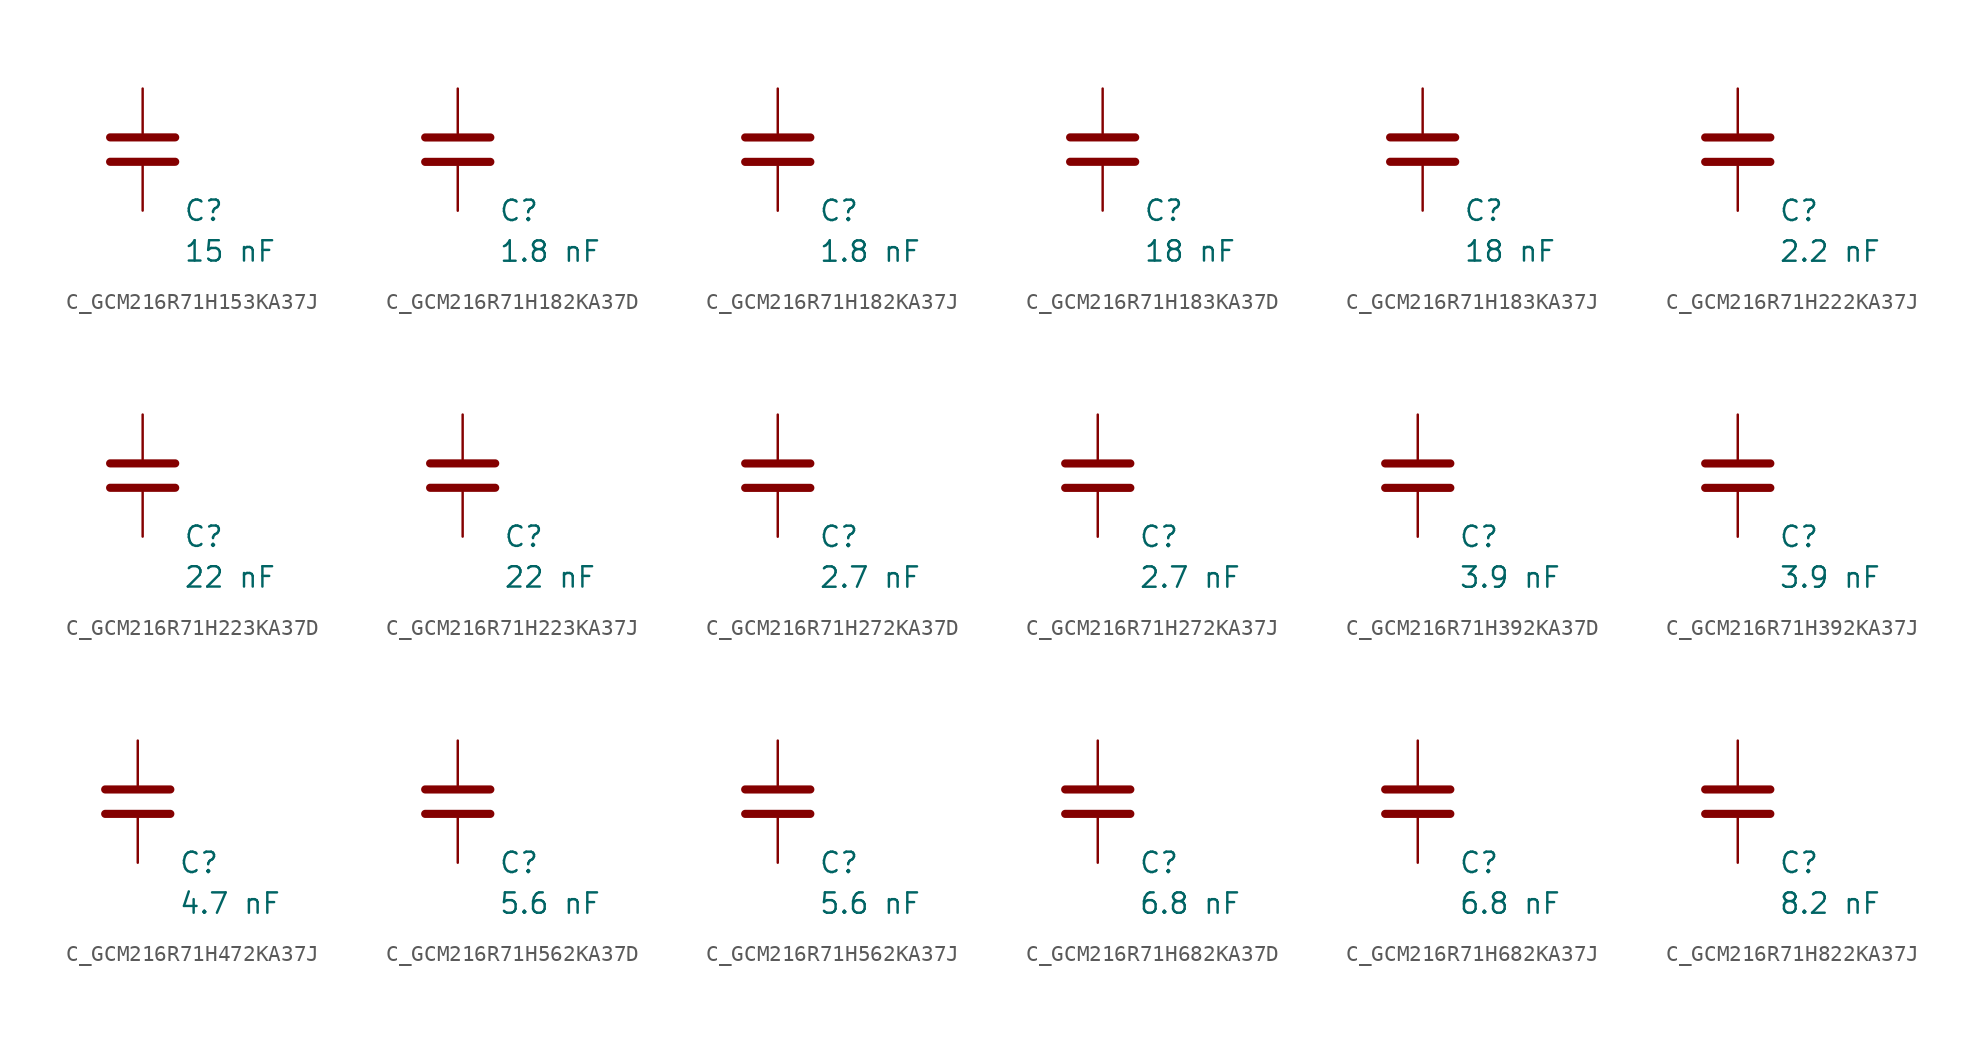
<source format=kicad_sym>
(kicad_symbol_lib
  (version 20231120)
  (generator "kicad_symbol_editor")
  (generator_version "8.0")
  (symbol "C_GCM216R71H153KA37J"
    (pin_numbers hide)
    (pin_names
      (offset 0.254))
    (property "Reference" "C"
      (at 2.54 -3.81 0)
      (effects (font (size 1.27 1.27)) (justify left))
      (show_name no))
    (property "Value" "15 nF"
      (at 2.54 -6.35 0)
      (effects (font (size 1.27 1.27)) (justify left))
      (show_name no))
    (symbol "C_GCM216R71H153KA37J_0_1"
      (polyline (pts (xy -2.032 -0.762) (xy 2.032 -0.762)) (stroke (width 0.508) (type default)) (fill (type none)))
      (polyline (pts (xy -2.032 0.762) (xy 2.032 0.762)) (stroke (width 0.508) (type default)) (fill (type none))))
    (symbol "C_GCM216R71H153KA37J_1_1"
      (pin passive line (at 0 3.81 270) (length 2.794) (name "~" (effects (font (size 1.27 1.27)))) (number "1" (effects (font (size 1.27 1.27)))))
      (pin passive line (at 0 -3.81 90) (length 2.794) (name "~" (effects (font (size 1.27 1.27)))) (number "2" (effects (font (size 1.27 1.27)))))))
  (symbol "C_GCM216R71H182KA37D"
    (pin_numbers hide)
    (pin_names
      (offset 0.254))
    (property "Reference" "C"
      (at 2.54 -3.81 0)
      (effects (font (size 1.27 1.27)) (justify left))
      (show_name no))
    (property "Value" "1.8 nF"
      (at 2.54 -6.35 0)
      (effects (font (size 1.27 1.27)) (justify left))
      (show_name no))
    (symbol "C_GCM216R71H182KA37D_0_1"
      (polyline (pts (xy -2.032 -0.762) (xy 2.032 -0.762)) (stroke (width 0.508) (type default)) (fill (type none)))
      (polyline (pts (xy -2.032 0.762) (xy 2.032 0.762)) (stroke (width 0.508) (type default)) (fill (type none))))
    (symbol "C_GCM216R71H182KA37D_1_1"
      (pin passive line (at 0 3.81 270) (length 2.794) (name "~" (effects (font (size 1.27 1.27)))) (number "1" (effects (font (size 1.27 1.27)))))
      (pin passive line (at 0 -3.81 90) (length 2.794) (name "~" (effects (font (size 1.27 1.27)))) (number "2" (effects (font (size 1.27 1.27)))))))
  (symbol "C_GCM216R71H182KA37J"
    (pin_numbers hide)
    (pin_names
      (offset 0.254))
    (property "Reference" "C"
      (at 2.54 -3.81 0)
      (effects (font (size 1.27 1.27)) (justify left))
      (show_name no))
    (property "Value" "1.8 nF"
      (at 2.54 -6.35 0)
      (effects (font (size 1.27 1.27)) (justify left))
      (show_name no))
    (symbol "C_GCM216R71H182KA37J_0_1"
      (polyline (pts (xy -2.032 -0.762) (xy 2.032 -0.762)) (stroke (width 0.508) (type default)) (fill (type none)))
      (polyline (pts (xy -2.032 0.762) (xy 2.032 0.762)) (stroke (width 0.508) (type default)) (fill (type none))))
    (symbol "C_GCM216R71H182KA37J_1_1"
      (pin passive line (at 0 3.81 270) (length 2.794) (name "~" (effects (font (size 1.27 1.27)))) (number "1" (effects (font (size 1.27 1.27)))))
      (pin passive line (at 0 -3.81 90) (length 2.794) (name "~" (effects (font (size 1.27 1.27)))) (number "2" (effects (font (size 1.27 1.27)))))))
  (symbol "C_GCM216R71H183KA37D"
    (pin_numbers hide)
    (pin_names
      (offset 0.254))
    (property "Reference" "C"
      (at 2.54 -3.81 0)
      (effects (font (size 1.27 1.27)) (justify left))
      (show_name no))
    (property "Value" "18 nF"
      (at 2.54 -6.35 0)
      (effects (font (size 1.27 1.27)) (justify left))
      (show_name no))
    (symbol "C_GCM216R71H183KA37D_0_1"
      (polyline (pts (xy -2.032 -0.762) (xy 2.032 -0.762)) (stroke (width 0.508) (type default)) (fill (type none)))
      (polyline (pts (xy -2.032 0.762) (xy 2.032 0.762)) (stroke (width 0.508) (type default)) (fill (type none))))
    (symbol "C_GCM216R71H183KA37D_1_1"
      (pin passive line (at 0 3.81 270) (length 2.794) (name "~" (effects (font (size 1.27 1.27)))) (number "1" (effects (font (size 1.27 1.27)))))
      (pin passive line (at 0 -3.81 90) (length 2.794) (name "~" (effects (font (size 1.27 1.27)))) (number "2" (effects (font (size 1.27 1.27)))))))
  (symbol "C_GCM216R71H183KA37J"
    (pin_numbers hide)
    (pin_names
      (offset 0.254))
    (property "Reference" "C"
      (at 2.54 -3.81 0)
      (effects (font (size 1.27 1.27)) (justify left))
      (show_name no))
    (property "Value" "18 nF"
      (at 2.54 -6.35 0)
      (effects (font (size 1.27 1.27)) (justify left))
      (show_name no))
    (symbol "C_GCM216R71H183KA37J_0_1"
      (polyline (pts (xy -2.032 -0.762) (xy 2.032 -0.762)) (stroke (width 0.508) (type default)) (fill (type none)))
      (polyline (pts (xy -2.032 0.762) (xy 2.032 0.762)) (stroke (width 0.508) (type default)) (fill (type none))))
    (symbol "C_GCM216R71H183KA37J_1_1"
      (pin passive line (at 0 3.81 270) (length 2.794) (name "~" (effects (font (size 1.27 1.27)))) (number "1" (effects (font (size 1.27 1.27)))))
      (pin passive line (at 0 -3.81 90) (length 2.794) (name "~" (effects (font (size 1.27 1.27)))) (number "2" (effects (font (size 1.27 1.27)))))))
  (symbol "C_GCM216R71H222KA37J"
    (pin_numbers hide)
    (pin_names
      (offset 0.254))
    (property "Reference" "C"
      (at 2.54 -3.81 0)
      (effects (font (size 1.27 1.27)) (justify left))
      (show_name no))
    (property "Value" "2.2 nF"
      (at 2.54 -6.35 0)
      (effects (font (size 1.27 1.27)) (justify left))
      (show_name no))
    (symbol "C_GCM216R71H222KA37J_0_1"
      (polyline (pts (xy -2.032 -0.762) (xy 2.032 -0.762)) (stroke (width 0.508) (type default)) (fill (type none)))
      (polyline (pts (xy -2.032 0.762) (xy 2.032 0.762)) (stroke (width 0.508) (type default)) (fill (type none))))
    (symbol "C_GCM216R71H222KA37J_1_1"
      (pin passive line (at 0 3.81 270) (length 2.794) (name "~" (effects (font (size 1.27 1.27)))) (number "1" (effects (font (size 1.27 1.27)))))
      (pin passive line (at 0 -3.81 90) (length 2.794) (name "~" (effects (font (size 1.27 1.27)))) (number "2" (effects (font (size 1.27 1.27)))))))
  (symbol "C_GCM216R71H223KA37D"
    (pin_numbers hide)
    (pin_names
      (offset 0.254))
    (property "Reference" "C"
      (at 2.54 -3.81 0)
      (effects (font (size 1.27 1.27)) (justify left))
      (show_name no))
    (property "Value" "22 nF"
      (at 2.54 -6.35 0)
      (effects (font (size 1.27 1.27)) (justify left))
      (show_name no))
    (symbol "C_GCM216R71H223KA37D_0_1"
      (polyline (pts (xy -2.032 -0.762) (xy 2.032 -0.762)) (stroke (width 0.508) (type default)) (fill (type none)))
      (polyline (pts (xy -2.032 0.762) (xy 2.032 0.762)) (stroke (width 0.508) (type default)) (fill (type none))))
    (symbol "C_GCM216R71H223KA37D_1_1"
      (pin passive line (at 0 3.81 270) (length 2.794) (name "~" (effects (font (size 1.27 1.27)))) (number "1" (effects (font (size 1.27 1.27)))))
      (pin passive line (at 0 -3.81 90) (length 2.794) (name "~" (effects (font (size 1.27 1.27)))) (number "2" (effects (font (size 1.27 1.27)))))))
  (symbol "C_GCM216R71H223KA37J"
    (pin_numbers hide)
    (pin_names
      (offset 0.254))
    (property "Reference" "C"
      (at 2.54 -3.81 0)
      (effects (font (size 1.27 1.27)) (justify left))
      (show_name no))
    (property "Value" "22 nF"
      (at 2.54 -6.35 0)
      (effects (font (size 1.27 1.27)) (justify left))
      (show_name no))
    (symbol "C_GCM216R71H223KA37J_0_1"
      (polyline (pts (xy -2.032 -0.762) (xy 2.032 -0.762)) (stroke (width 0.508) (type default)) (fill (type none)))
      (polyline (pts (xy -2.032 0.762) (xy 2.032 0.762)) (stroke (width 0.508) (type default)) (fill (type none))))
    (symbol "C_GCM216R71H223KA37J_1_1"
      (pin passive line (at 0 3.81 270) (length 2.794) (name "~" (effects (font (size 1.27 1.27)))) (number "1" (effects (font (size 1.27 1.27)))))
      (pin passive line (at 0 -3.81 90) (length 2.794) (name "~" (effects (font (size 1.27 1.27)))) (number "2" (effects (font (size 1.27 1.27)))))))
  (symbol "C_GCM216R71H272KA37D"
    (pin_numbers hide)
    (pin_names
      (offset 0.254))
    (property "Reference" "C"
      (at 2.54 -3.81 0)
      (effects (font (size 1.27 1.27)) (justify left))
      (show_name no))
    (property "Value" "2.7 nF"
      (at 2.54 -6.35 0)
      (effects (font (size 1.27 1.27)) (justify left))
      (show_name no))
    (symbol "C_GCM216R71H272KA37D_0_1"
      (polyline (pts (xy -2.032 -0.762) (xy 2.032 -0.762)) (stroke (width 0.508) (type default)) (fill (type none)))
      (polyline (pts (xy -2.032 0.762) (xy 2.032 0.762)) (stroke (width 0.508) (type default)) (fill (type none))))
    (symbol "C_GCM216R71H272KA37D_1_1"
      (pin passive line (at 0 3.81 270) (length 2.794) (name "~" (effects (font (size 1.27 1.27)))) (number "1" (effects (font (size 1.27 1.27)))))
      (pin passive line (at 0 -3.81 90) (length 2.794) (name "~" (effects (font (size 1.27 1.27)))) (number "2" (effects (font (size 1.27 1.27)))))))
  (symbol "C_GCM216R71H272KA37J"
    (pin_numbers hide)
    (pin_names
      (offset 0.254))
    (property "Reference" "C"
      (at 2.54 -3.81 0)
      (effects (font (size 1.27 1.27)) (justify left))
      (show_name no))
    (property "Value" "2.7 nF"
      (at 2.54 -6.35 0)
      (effects (font (size 1.27 1.27)) (justify left))
      (show_name no))
    (symbol "C_GCM216R71H272KA37J_0_1"
      (polyline (pts (xy -2.032 -0.762) (xy 2.032 -0.762)) (stroke (width 0.508) (type default)) (fill (type none)))
      (polyline (pts (xy -2.032 0.762) (xy 2.032 0.762)) (stroke (width 0.508) (type default)) (fill (type none))))
    (symbol "C_GCM216R71H272KA37J_1_1"
      (pin passive line (at 0 3.81 270) (length 2.794) (name "~" (effects (font (size 1.27 1.27)))) (number "1" (effects (font (size 1.27 1.27)))))
      (pin passive line (at 0 -3.81 90) (length 2.794) (name "~" (effects (font (size 1.27 1.27)))) (number "2" (effects (font (size 1.27 1.27)))))))
  (symbol "C_GCM216R71H392KA37D"
    (pin_numbers hide)
    (pin_names
      (offset 0.254))
    (property "Reference" "C"
      (at 2.54 -3.81 0)
      (effects (font (size 1.27 1.27)) (justify left))
      (show_name no))
    (property "Value" "3.9 nF"
      (at 2.54 -6.35 0)
      (effects (font (size 1.27 1.27)) (justify left))
      (show_name no))
    (symbol "C_GCM216R71H392KA37D_0_1"
      (polyline (pts (xy -2.032 -0.762) (xy 2.032 -0.762)) (stroke (width 0.508) (type default)) (fill (type none)))
      (polyline (pts (xy -2.032 0.762) (xy 2.032 0.762)) (stroke (width 0.508) (type default)) (fill (type none))))
    (symbol "C_GCM216R71H392KA37D_1_1"
      (pin passive line (at 0 3.81 270) (length 2.794) (name "~" (effects (font (size 1.27 1.27)))) (number "1" (effects (font (size 1.27 1.27)))))
      (pin passive line (at 0 -3.81 90) (length 2.794) (name "~" (effects (font (size 1.27 1.27)))) (number "2" (effects (font (size 1.27 1.27)))))))
  (symbol "C_GCM216R71H392KA37J"
    (pin_numbers hide)
    (pin_names
      (offset 0.254))
    (property "Reference" "C"
      (at 2.54 -3.81 0)
      (effects (font (size 1.27 1.27)) (justify left))
      (show_name no))
    (property "Value" "3.9 nF"
      (at 2.54 -6.35 0)
      (effects (font (size 1.27 1.27)) (justify left))
      (show_name no))
    (symbol "C_GCM216R71H392KA37J_0_1"
      (polyline (pts (xy -2.032 -0.762) (xy 2.032 -0.762)) (stroke (width 0.508) (type default)) (fill (type none)))
      (polyline (pts (xy -2.032 0.762) (xy 2.032 0.762)) (stroke (width 0.508) (type default)) (fill (type none))))
    (symbol "C_GCM216R71H392KA37J_1_1"
      (pin passive line (at 0 3.81 270) (length 2.794) (name "~" (effects (font (size 1.27 1.27)))) (number "1" (effects (font (size 1.27 1.27)))))
      (pin passive line (at 0 -3.81 90) (length 2.794) (name "~" (effects (font (size 1.27 1.27)))) (number "2" (effects (font (size 1.27 1.27)))))))
  (symbol "C_GCM216R71H472KA37J"
    (pin_numbers hide)
    (pin_names
      (offset 0.254))
    (property "Reference" "C"
      (at 2.54 -3.81 0)
      (effects (font (size 1.27 1.27)) (justify left))
      (show_name no))
    (property "Value" "4.7 nF"
      (at 2.54 -6.35 0)
      (effects (font (size 1.27 1.27)) (justify left))
      (show_name no))
    (symbol "C_GCM216R71H472KA37J_0_1"
      (polyline (pts (xy -2.032 -0.762) (xy 2.032 -0.762)) (stroke (width 0.508) (type default)) (fill (type none)))
      (polyline (pts (xy -2.032 0.762) (xy 2.032 0.762)) (stroke (width 0.508) (type default)) (fill (type none))))
    (symbol "C_GCM216R71H472KA37J_1_1"
      (pin passive line (at 0 3.81 270) (length 2.794) (name "~" (effects (font (size 1.27 1.27)))) (number "1" (effects (font (size 1.27 1.27)))))
      (pin passive line (at 0 -3.81 90) (length 2.794) (name "~" (effects (font (size 1.27 1.27)))) (number "2" (effects (font (size 1.27 1.27)))))))
  (symbol "C_GCM216R71H562KA37D"
    (pin_numbers hide)
    (pin_names
      (offset 0.254))
    (property "Reference" "C"
      (at 2.54 -3.81 0)
      (effects (font (size 1.27 1.27)) (justify left))
      (show_name no))
    (property "Value" "5.6 nF"
      (at 2.54 -6.35 0)
      (effects (font (size 1.27 1.27)) (justify left))
      (show_name no))
    (symbol "C_GCM216R71H562KA37D_0_1"
      (polyline (pts (xy -2.032 -0.762) (xy 2.032 -0.762)) (stroke (width 0.508) (type default)) (fill (type none)))
      (polyline (pts (xy -2.032 0.762) (xy 2.032 0.762)) (stroke (width 0.508) (type default)) (fill (type none))))
    (symbol "C_GCM216R71H562KA37D_1_1"
      (pin passive line (at 0 3.81 270) (length 2.794) (name "~" (effects (font (size 1.27 1.27)))) (number "1" (effects (font (size 1.27 1.27)))))
      (pin passive line (at 0 -3.81 90) (length 2.794) (name "~" (effects (font (size 1.27 1.27)))) (number "2" (effects (font (size 1.27 1.27)))))))
  (symbol "C_GCM216R71H562KA37J"
    (pin_numbers hide)
    (pin_names
      (offset 0.254))
    (property "Reference" "C"
      (at 2.54 -3.81 0)
      (effects (font (size 1.27 1.27)) (justify left))
      (show_name no))
    (property "Value" "5.6 nF"
      (at 2.54 -6.35 0)
      (effects (font (size 1.27 1.27)) (justify left))
      (show_name no))
    (symbol "C_GCM216R71H562KA37J_0_1"
      (polyline (pts (xy -2.032 -0.762) (xy 2.032 -0.762)) (stroke (width 0.508) (type default)) (fill (type none)))
      (polyline (pts (xy -2.032 0.762) (xy 2.032 0.762)) (stroke (width 0.508) (type default)) (fill (type none))))
    (symbol "C_GCM216R71H562KA37J_1_1"
      (pin passive line (at 0 3.81 270) (length 2.794) (name "~" (effects (font (size 1.27 1.27)))) (number "1" (effects (font (size 1.27 1.27)))))
      (pin passive line (at 0 -3.81 90) (length 2.794) (name "~" (effects (font (size 1.27 1.27)))) (number "2" (effects (font (size 1.27 1.27)))))))
  (symbol "C_GCM216R71H682KA37D"
    (pin_numbers hide)
    (pin_names
      (offset 0.254))
    (property "Reference" "C"
      (at 2.54 -3.81 0)
      (effects (font (size 1.27 1.27)) (justify left))
      (show_name no))
    (property "Value" "6.8 nF"
      (at 2.54 -6.35 0)
      (effects (font (size 1.27 1.27)) (justify left))
      (show_name no))
    (symbol "C_GCM216R71H682KA37D_0_1"
      (polyline (pts (xy -2.032 -0.762) (xy 2.032 -0.762)) (stroke (width 0.508) (type default)) (fill (type none)))
      (polyline (pts (xy -2.032 0.762) (xy 2.032 0.762)) (stroke (width 0.508) (type default)) (fill (type none))))
    (symbol "C_GCM216R71H682KA37D_1_1"
      (pin passive line (at 0 3.81 270) (length 2.794) (name "~" (effects (font (size 1.27 1.27)))) (number "1" (effects (font (size 1.27 1.27)))))
      (pin passive line (at 0 -3.81 90) (length 2.794) (name "~" (effects (font (size 1.27 1.27)))) (number "2" (effects (font (size 1.27 1.27)))))))
  (symbol "C_GCM216R71H682KA37J"
    (pin_numbers hide)
    (pin_names
      (offset 0.254))
    (property "Reference" "C"
      (at 2.54 -3.81 0)
      (effects (font (size 1.27 1.27)) (justify left))
      (show_name no))
    (property "Value" "6.8 nF"
      (at 2.54 -6.35 0)
      (effects (font (size 1.27 1.27)) (justify left))
      (show_name no))
    (symbol "C_GCM216R71H682KA37J_0_1"
      (polyline (pts (xy -2.032 -0.762) (xy 2.032 -0.762)) (stroke (width 0.508) (type default)) (fill (type none)))
      (polyline (pts (xy -2.032 0.762) (xy 2.032 0.762)) (stroke (width 0.508) (type default)) (fill (type none))))
    (symbol "C_GCM216R71H682KA37J_1_1"
      (pin passive line (at 0 3.81 270) (length 2.794) (name "~" (effects (font (size 1.27 1.27)))) (number "1" (effects (font (size 1.27 1.27)))))
      (pin passive line (at 0 -3.81 90) (length 2.794) (name "~" (effects (font (size 1.27 1.27)))) (number "2" (effects (font (size 1.27 1.27)))))))
  (symbol "C_GCM216R71H822KA37J"
    (pin_numbers hide)
    (pin_names
      (offset 0.254))
    (property "Reference" "C"
      (at 2.54 -3.81 0)
      (effects (font (size 1.27 1.27)) (justify left))
      (show_name no))
    (property "Value" "8.2 nF"
      (at 2.54 -6.35 0)
      (effects (font (size 1.27 1.27)) (justify left))
      (show_name no))
    (symbol "C_GCM216R71H822KA37J_0_1"
      (polyline (pts (xy -2.032 -0.762) (xy 2.032 -0.762)) (stroke (width 0.508) (type default)) (fill (type none)))
      (polyline (pts (xy -2.032 0.762) (xy 2.032 0.762)) (stroke (width 0.508) (type default)) (fill (type none))))
    (symbol "C_GCM216R71H822KA37J_1_1"
      (pin passive line (at 0 3.81 270) (length 2.794) (name "~" (effects (font (size 1.27 1.27)))) (number "1" (effects (font (size 1.27 1.27)))))
      (pin passive line (at 0 -3.81 90) (length 2.794) (name "~" (effects (font (size 1.27 1.27)))) (number "2" (effects (font (size 1.27 1.27))))))))
</source>
